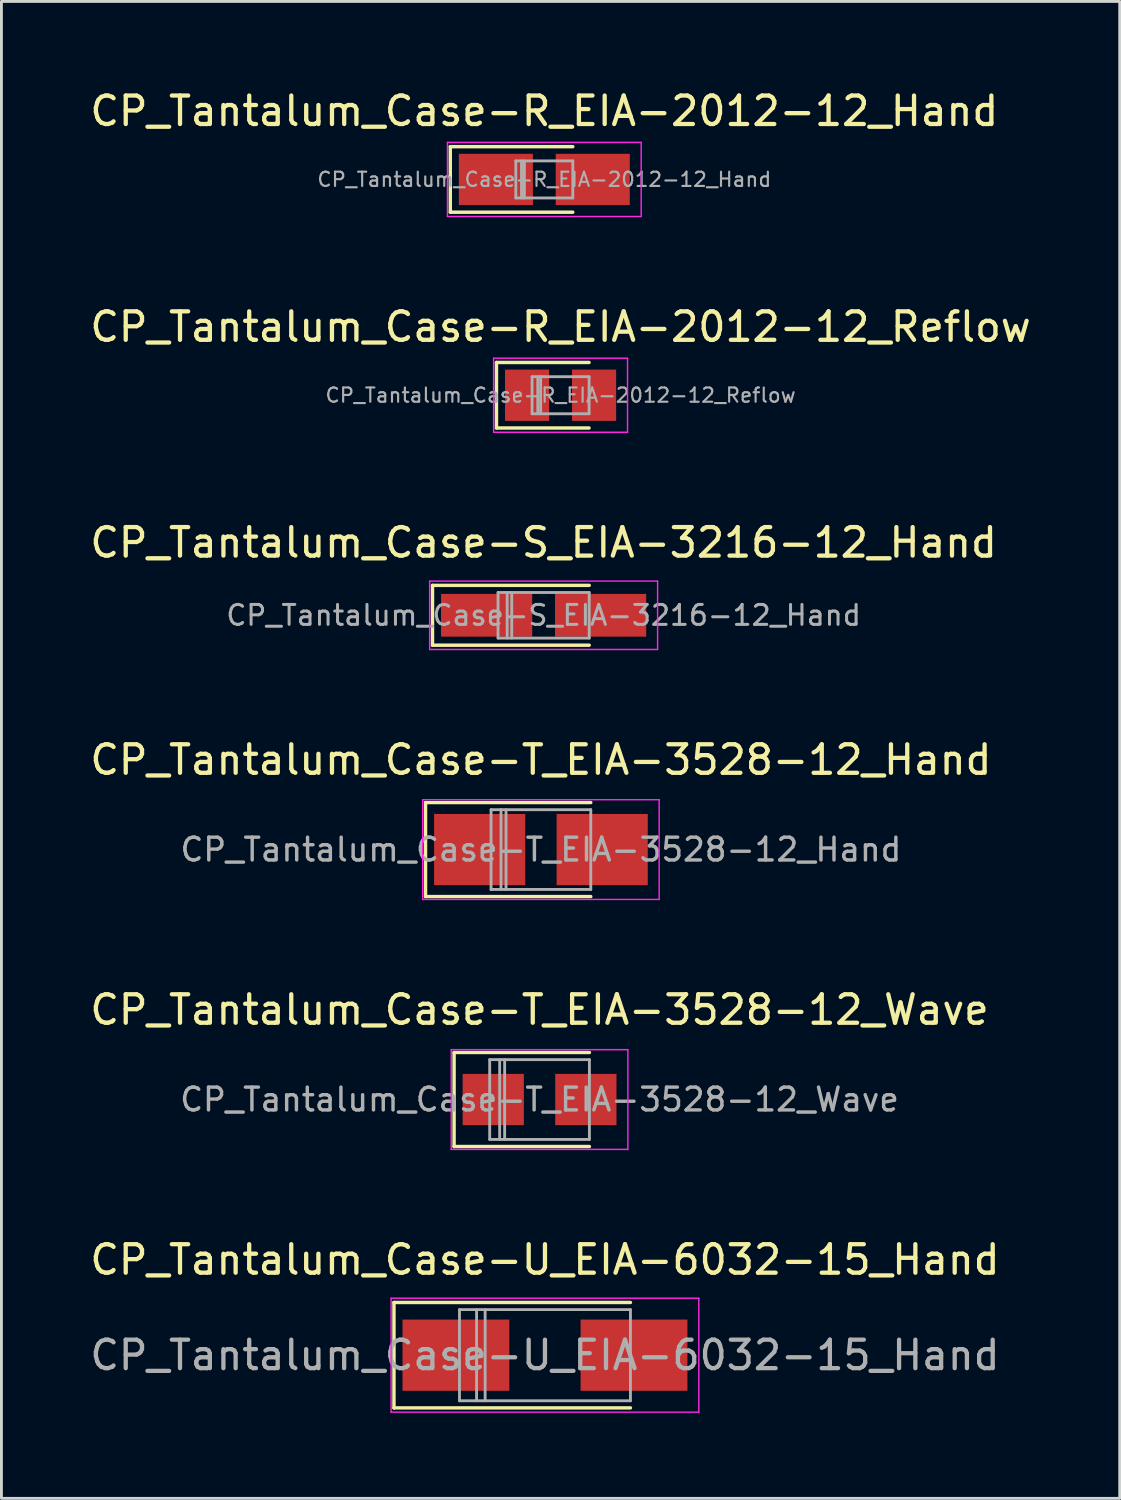
<source format=kicad_pcb>
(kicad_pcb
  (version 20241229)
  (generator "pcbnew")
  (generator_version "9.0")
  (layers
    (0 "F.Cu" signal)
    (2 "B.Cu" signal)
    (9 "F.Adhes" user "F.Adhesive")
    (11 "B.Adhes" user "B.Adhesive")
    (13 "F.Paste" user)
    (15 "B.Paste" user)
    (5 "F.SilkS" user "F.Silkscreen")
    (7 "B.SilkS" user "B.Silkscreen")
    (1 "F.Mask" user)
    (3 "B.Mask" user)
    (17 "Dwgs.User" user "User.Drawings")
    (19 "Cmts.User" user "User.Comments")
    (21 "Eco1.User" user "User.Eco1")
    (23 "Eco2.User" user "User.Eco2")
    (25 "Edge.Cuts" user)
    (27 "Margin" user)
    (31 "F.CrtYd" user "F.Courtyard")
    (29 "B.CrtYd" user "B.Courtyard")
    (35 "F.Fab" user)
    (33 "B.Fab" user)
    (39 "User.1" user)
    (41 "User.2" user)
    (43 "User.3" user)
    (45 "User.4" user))
  (footprint "CP_Tantalum_Case-S_EIA-3216-12_Hand"
    (layer "F.Cu")
    (at 16.03 18.545)
    (property "Reference" "CP_Tantalum_Case-S_EIA-3216-12_Hand" (at 0 -2.55 0) (layer "F.SilkS") (effects (font (size 1 1) (thickness 0.15))))
    (attr smd)
    (fp_line (start -3.9 -1.05) (end -3.9 1.05) (stroke (width 0.12) (type solid)) (layer "F.SilkS"))
    (fp_line (start -3.9 -1.05) (end 1.6 -1.05) (stroke (width 0.12) (type solid)) (layer "F.SilkS"))
    (fp_line (start -3.9 1.05) (end 1.6 1.05) (stroke (width 0.12) (type solid)) (layer "F.SilkS"))
    (fp_line (start -4 -1.2) (end -4 1.2) (stroke (width 0.05) (type solid)) (layer "F.CrtYd"))
    (fp_line (start -4 1.2) (end 4 1.2) (stroke (width 0.05) (type solid)) (layer "F.CrtYd"))
    (fp_line (start 4 -1.2) (end -4 -1.2) (stroke (width 0.05) (type solid)) (layer "F.CrtYd"))
    (fp_line (start 4 1.2) (end 4 -1.2) (stroke (width 0.05) (type solid)) (layer "F.CrtYd"))
    (fp_line (start -1.6 -0.8) (end -1.6 0.8) (stroke (width 0.1) (type solid)) (layer "F.Fab"))
    (fp_line (start -1.6 0.8) (end 1.6 0.8) (stroke (width 0.1) (type solid)) (layer "F.Fab"))
    (fp_line (start -1.28 -0.8) (end -1.28 0.8) (stroke (width 0.1) (type solid)) (layer "F.Fab"))
    (fp_line (start -1.12 -0.8) (end -1.12 0.8) (stroke (width 0.1) (type solid)) (layer "F.Fab"))
    (fp_line (start 1.6 -0.8) (end -1.6 -0.8) (stroke (width 0.1) (type solid)) (layer "F.Fab"))
    (fp_line (start 1.6 0.8) (end 1.6 -0.8) (stroke (width 0.1) (type solid)) (layer "F.Fab"))
    (fp_text user "${REFERENCE}" (at 0 0 0) (layer "F.Fab") (effects (font (size 0.7 0.7) (thickness 0.105))))
    (pad "1" smd rect (at -2 0) (size 3.2 1.5) (layers "F.Cu" "F.Mask" "F.Paste"))
    (pad "2" smd rect (at 2 0) (size 3.2 1.5) (layers "F.Cu" "F.Mask" "F.Paste")))
  (footprint "CP_Tantalum_Case-T_EIA-3528-12_Wave"
    (layer "F.Cu")
    (at 15.887 35.541)
    (property "Reference" "CP_Tantalum_Case-T_EIA-3528-12_Wave" (at 0 -3.15 0) (layer "F.SilkS") (effects (font (size 1 1) (thickness 0.15))))
    (attr smd)
    (fp_line (start -3 -1.65) (end -3 1.65) (stroke (width 0.12) (type solid)) (layer "F.SilkS"))
    (fp_line (start -3 -1.65) (end 1.75 -1.65) (stroke (width 0.12) (type solid)) (layer "F.SilkS"))
    (fp_line (start -3 1.65) (end 1.75 1.65) (stroke (width 0.12) (type solid)) (layer "F.SilkS"))
    (fp_line (start -3.1 -1.75) (end -3.1 1.75) (stroke (width 0.05) (type solid)) (layer "F.CrtYd"))
    (fp_line (start -3.1 1.75) (end 3.1 1.75) (stroke (width 0.05) (type solid)) (layer "F.CrtYd"))
    (fp_line (start 3.1 -1.75) (end -3.1 -1.75) (stroke (width 0.05) (type solid)) (layer "F.CrtYd"))
    (fp_line (start 3.1 1.75) (end 3.1 -1.75) (stroke (width 0.05) (type solid)) (layer "F.CrtYd"))
    (fp_line (start -1.75 -1.4) (end -1.75 1.4) (stroke (width 0.1) (type solid)) (layer "F.Fab"))
    (fp_line (start -1.75 1.4) (end 1.75 1.4) (stroke (width 0.1) (type solid)) (layer "F.Fab"))
    (fp_line (start -1.4 -1.4) (end -1.4 1.4) (stroke (width 0.1) (type solid)) (layer "F.Fab"))
    (fp_line (start -1.225 -1.4) (end -1.225 1.4) (stroke (width 0.1) (type solid)) (layer "F.Fab"))
    (fp_line (start 1.75 -1.4) (end -1.75 -1.4) (stroke (width 0.1) (type solid)) (layer "F.Fab"))
    (fp_line (start 1.75 1.4) (end 1.75 -1.4) (stroke (width 0.1) (type solid)) (layer "F.Fab"))
    (fp_text user "${REFERENCE}" (at 0 0 0) (layer "F.Fab") (effects (font (size 0.8 0.8) (thickness 0.12))))
    (pad "1" smd rect (at -1.625 0) (size 2.15 1.8) (layers "F.Cu" "F.Mask" "F.Paste"))
    (pad "2" smd rect (at 1.625 0) (size 2.15 1.8) (layers "F.Cu" "F.Mask" "F.Paste")))
  (footprint "CP_Tantalum_Case-T_EIA-3528-12_Hand"
    (layer "F.Cu")
    (at 15.935 26.768)
    (property "Reference" "CP_Tantalum_Case-T_EIA-3528-12_Hand" (at 0 -3.15 0) (layer "F.SilkS") (effects (font (size 1 1) (thickness 0.15))))
    (attr smd)
    (fp_line (start -4.05 -1.65) (end -4.05 1.65) (stroke (width 0.12) (type solid)) (layer "F.SilkS"))
    (fp_line (start -4.05 -1.65) (end 1.75 -1.65) (stroke (width 0.12) (type solid)) (layer "F.SilkS"))
    (fp_line (start -4.05 1.65) (end 1.75 1.65) (stroke (width 0.12) (type solid)) (layer "F.SilkS"))
    (fp_line (start -4.15 -1.75) (end -4.15 1.75) (stroke (width 0.05) (type solid)) (layer "F.CrtYd"))
    (fp_line (start -4.15 1.75) (end 4.15 1.75) (stroke (width 0.05) (type solid)) (layer "F.CrtYd"))
    (fp_line (start 4.15 -1.75) (end -4.15 -1.75) (stroke (width 0.05) (type solid)) (layer "F.CrtYd"))
    (fp_line (start 4.15 1.75) (end 4.15 -1.75) (stroke (width 0.05) (type solid)) (layer "F.CrtYd"))
    (fp_line (start -1.75 -1.4) (end -1.75 1.4) (stroke (width 0.1) (type solid)) (layer "F.Fab"))
    (fp_line (start -1.75 1.4) (end 1.75 1.4) (stroke (width 0.1) (type solid)) (layer "F.Fab"))
    (fp_line (start -1.4 -1.4) (end -1.4 1.4) (stroke (width 0.1) (type solid)) (layer "F.Fab"))
    (fp_line (start -1.225 -1.4) (end -1.225 1.4) (stroke (width 0.1) (type solid)) (layer "F.Fab"))
    (fp_line (start 1.75 -1.4) (end -1.75 -1.4) (stroke (width 0.1) (type solid)) (layer "F.Fab"))
    (fp_line (start 1.75 1.4) (end 1.75 -1.4) (stroke (width 0.1) (type solid)) (layer "F.Fab"))
    (fp_text user "${REFERENCE}" (at 0 0 0) (layer "F.Fab") (effects (font (size 0.8 0.8) (thickness 0.12))))
    (pad "1" smd rect (at -2.15 0) (size 3.2 2.5) (layers "F.Cu" "F.Mask" "F.Paste"))
    (pad "2" smd rect (at 2.15 0) (size 3.2 2.5) (layers "F.Cu" "F.Mask" "F.Paste")))
  (footprint "CP_Tantalum_Case-R_EIA-2012-12_Hand"
    (layer "F.Cu")
    (at 16.054 3.248)
    (property "Reference" "CP_Tantalum_Case-R_EIA-2012-12_Hand" (at 0 -2.4 0) (layer "F.SilkS") (effects (font (size 1 1) (thickness 0.15))))
    (attr smd)
    (fp_line (start -3.3 -1.15) (end -3.3 1.15) (stroke (width 0.12) (type solid)) (layer "F.SilkS"))
    (fp_line (start -3.3 -1.15) (end 1 -1.15) (stroke (width 0.12) (type solid)) (layer "F.SilkS"))
    (fp_line (start -3.3 1.15) (end 1 1.15) (stroke (width 0.12) (type solid)) (layer "F.SilkS"))
    (fp_line (start -3.4 -1.3) (end -3.4 1.3) (stroke (width 0.05) (type solid)) (layer "F.CrtYd"))
    (fp_line (start -3.4 1.3) (end 3.4 1.3) (stroke (width 0.05) (type solid)) (layer "F.CrtYd"))
    (fp_line (start 3.4 -1.3) (end -3.4 -1.3) (stroke (width 0.05) (type solid)) (layer "F.CrtYd"))
    (fp_line (start 3.4 1.3) (end 3.4 -1.3) (stroke (width 0.05) (type solid)) (layer "F.CrtYd"))
    (fp_line (start -1 -0.65) (end -1 0.65) (stroke (width 0.1) (type solid)) (layer "F.Fab"))
    (fp_line (start -1 0.65) (end 1 0.65) (stroke (width 0.1) (type solid)) (layer "F.Fab"))
    (fp_line (start -0.8 -0.65) (end -0.8 0.65) (stroke (width 0.1) (type solid)) (layer "F.Fab"))
    (fp_line (start -0.7 -0.65) (end -0.7 0.65) (stroke (width 0.1) (type solid)) (layer "F.Fab"))
    (fp_line (start 1 -0.65) (end -1 -0.65) (stroke (width 0.1) (type solid)) (layer "F.Fab"))
    (fp_line (start 1 0.65) (end 1 -0.65) (stroke (width 0.1) (type solid)) (layer "F.Fab"))
    (fp_text user "${REFERENCE}" (at 0 0 0) (layer "F.Fab") (effects (font (size 0.5 0.5) (thickness 0.075))))
    (pad "1" smd rect (at -1.7 0) (size 2.6 1.8) (layers "F.Cu" "F.Mask" "F.Paste"))
    (pad "2" smd rect (at 1.7 0) (size 2.6 1.8) (layers "F.Cu" "F.Mask" "F.Paste")))
  (footprint "CP_Tantalum_Case-R_EIA-2012-12_Reflow"
    (layer "F.Cu")
    (at 16.625 10.822)
    (property "Reference" "CP_Tantalum_Case-R_EIA-2012-12_Reflow" (at 0 -2.4 0) (layer "F.SilkS") (effects (font (size 1 1) (thickness 0.15))))
    (attr smd)
    (fp_line (start -2.25 -1.15) (end -2.25 1.15) (stroke (width 0.12) (type solid)) (layer "F.SilkS"))
    (fp_line (start -2.25 -1.15) (end 1 -1.15) (stroke (width 0.12) (type solid)) (layer "F.SilkS"))
    (fp_line (start -2.25 1.15) (end 1 1.15) (stroke (width 0.12) (type solid)) (layer "F.SilkS"))
    (fp_line (start -2.35 -1.3) (end -2.35 1.3) (stroke (width 0.05) (type solid)) (layer "F.CrtYd"))
    (fp_line (start -2.35 1.3) (end 2.35 1.3) (stroke (width 0.05) (type solid)) (layer "F.CrtYd"))
    (fp_line (start 2.35 -1.3) (end -2.35 -1.3) (stroke (width 0.05) (type solid)) (layer "F.CrtYd"))
    (fp_line (start 2.35 1.3) (end 2.35 -1.3) (stroke (width 0.05) (type solid)) (layer "F.CrtYd"))
    (fp_line (start -1 -0.65) (end -1 0.65) (stroke (width 0.1) (type solid)) (layer "F.Fab"))
    (fp_line (start -1 0.65) (end 1 0.65) (stroke (width 0.1) (type solid)) (layer "F.Fab"))
    (fp_line (start -0.8 -0.65) (end -0.8 0.65) (stroke (width 0.1) (type solid)) (layer "F.Fab"))
    (fp_line (start -0.7 -0.65) (end -0.7 0.65) (stroke (width 0.1) (type solid)) (layer "F.Fab"))
    (fp_line (start 1 -0.65) (end -1 -0.65) (stroke (width 0.1) (type solid)) (layer "F.Fab"))
    (fp_line (start 1 0.65) (end 1 -0.65) (stroke (width 0.1) (type solid)) (layer "F.Fab"))
    (fp_text user "${REFERENCE}" (at 0 0 0) (layer "F.Fab") (effects (font (size 0.5 0.5) (thickness 0.075))))
    (pad "1" smd rect (at -1.175 0) (size 1.55 1.8) (layers "F.Cu" "F.Mask" "F.Paste"))
    (pad "2" smd rect (at 1.175 0) (size 1.55 1.8) (layers "F.Cu" "F.Mask" "F.Paste")))
  (footprint "CP_Tantalum_Case-U_EIA-6032-15_Hand"
    (layer "F.Cu")
    (at 16.077 44.514)
    (property "Reference" "CP_Tantalum_Case-U_EIA-6032-15_Hand" (at 0 -3.35 0) (layer "F.SilkS") (effects (font (size 1 1) (thickness 0.15))))
    (attr smd)
    (fp_line (start -5.3 -1.85) (end -5.3 1.85) (stroke (width 0.12) (type solid)) (layer "F.SilkS"))
    (fp_line (start -5.3 -1.85) (end 3 -1.85) (stroke (width 0.12) (type solid)) (layer "F.SilkS"))
    (fp_line (start -5.3 1.85) (end 3 1.85) (stroke (width 0.12) (type solid)) (layer "F.SilkS"))
    (fp_line (start -5.4 -2) (end -5.4 2) (stroke (width 0.05) (type solid)) (layer "F.CrtYd"))
    (fp_line (start -5.4 2) (end 5.4 2) (stroke (width 0.05) (type solid)) (layer "F.CrtYd"))
    (fp_line (start 5.4 -2) (end -5.4 -2) (stroke (width 0.05) (type solid)) (layer "F.CrtYd"))
    (fp_line (start 5.4 2) (end 5.4 -2) (stroke (width 0.05) (type solid)) (layer "F.CrtYd"))
    (fp_line (start -3 -1.6) (end -3 1.6) (stroke (width 0.1) (type solid)) (layer "F.Fab"))
    (fp_line (start -3 1.6) (end 3 1.6) (stroke (width 0.1) (type solid)) (layer "F.Fab"))
    (fp_line (start -2.4 -1.6) (end -2.4 1.6) (stroke (width 0.1) (type solid)) (layer "F.Fab"))
    (fp_line (start -2.1 -1.6) (end -2.1 1.6) (stroke (width 0.1) (type solid)) (layer "F.Fab"))
    (fp_line (start 3 -1.6) (end -3 -1.6) (stroke (width 0.1) (type solid)) (layer "F.Fab"))
    (fp_line (start 3 1.6) (end 3 -1.6) (stroke (width 0.1) (type solid)) (layer "F.Fab"))
    (fp_text user "${REFERENCE}" (at 0 0 0) (layer "F.Fab") (effects (font (size 1 1) (thickness 0.15))))
    (pad "1" smd rect (at -3.125 0) (size 3.75 2.5) (layers "F.Cu" "F.Mask" "F.Paste"))
    (pad "2" smd rect (at 3.125 0) (size 3.75 2.5) (layers "F.Cu" "F.Mask" "F.Paste")))
  (gr_rect
    (start -3 -3)
    (end 36.25 49.539)
    (stroke (width 0.1) (type default))
    (fill no)
    (layer "Edge.Cuts")))
</source>
